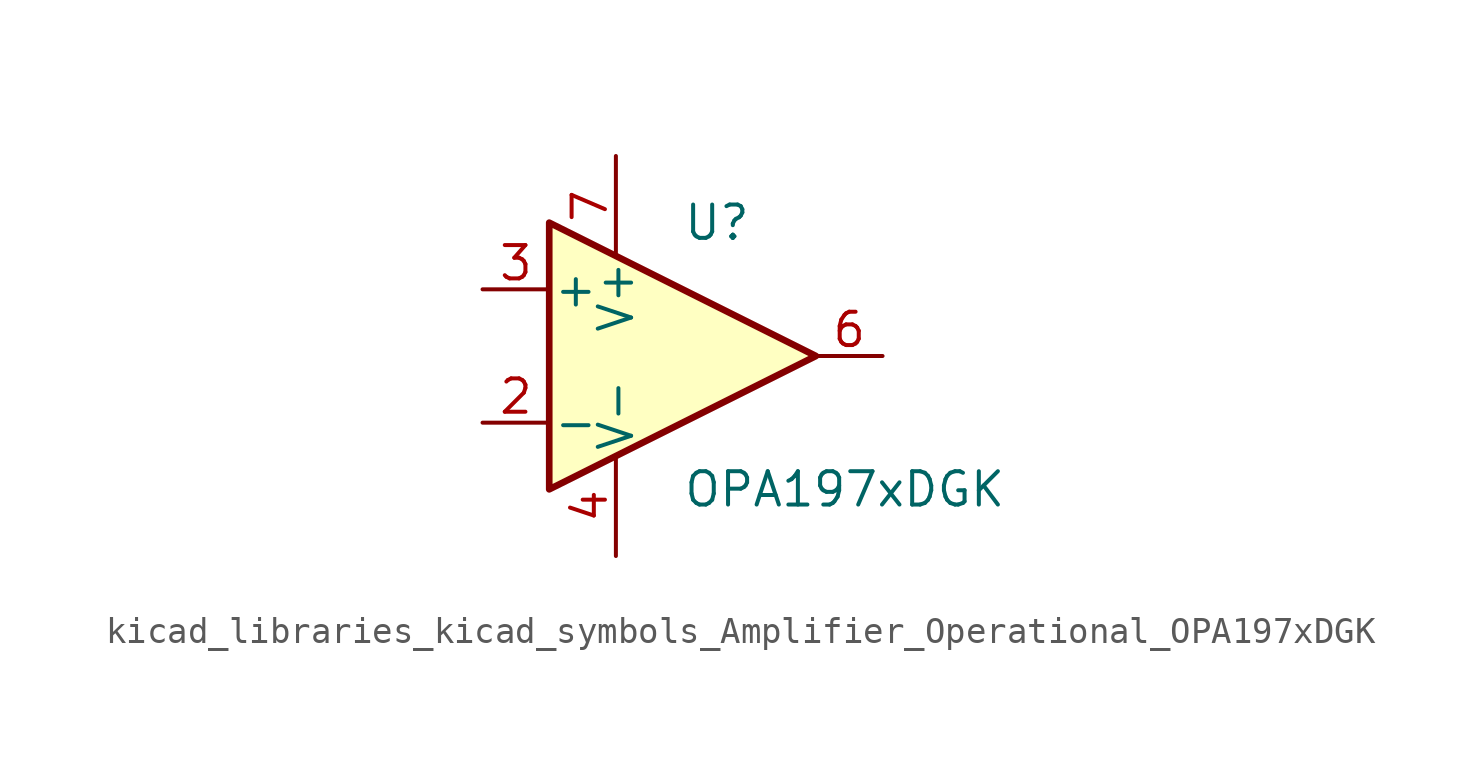
<source format=kicad_sym>
(kicad_symbol_lib
  (version 20220914)
  (generator kicad_symbol_editor)
  (symbol "kicad_libraries_kicad_symbols_Amplifier_Operational_OPA197xDGK"
    (pin_names
      (offset 0.127))
    (property "Reference" "U"
      (at 0 5.08 0)
      (effects (font (size 1.27 1.27)) (justify left)))
    (property "Value" "OPA197xDGK"
      (at 0 -5.08 0)
      (effects (font (size 1.27 1.27)) (justify left)))
    (symbol "kicad_libraries_kicad_symbols_Amplifier_Operational_OPA197xDGK_0_1"
      (polyline (pts (xy -5.08 5.08) (xy 5.08 0) (xy -5.08 -5.08) (xy -5.08 5.08)) (stroke (width 0.254) (type default)) (fill (type background)))
      (pin no_connect line (at 2.54 0 270) (length 2.54) hide (name "NC" (effects (font (size 1.27 1.27)))) (number "1" (effects (font (size 1.27 1.27)))))
      (pin power_in line (at -2.54 -7.62 90) (length 3.81) (name "V-" (effects (font (size 1.27 1.27)))) (number "4" (effects (font (size 1.27 1.27)))))
      (pin no_connect line (at 0 2.54 270) (length 2.54) hide (name "NC" (effects (font (size 1.27 1.27)))) (number "5" (effects (font (size 1.27 1.27)))))
      (pin power_in line (at -2.54 7.62 270) (length 3.81) (name "V+" (effects (font (size 1.27 1.27)))) (number "7" (effects (font (size 1.27 1.27)))))
      (pin no_connect line (at 0 -2.54 90) (length 2.54) hide (name "NC" (effects (font (size 1.27 1.27)))) (number "8" (effects (font (size 1.27 1.27))))))
    (symbol "kicad_libraries_kicad_symbols_Amplifier_Operational_OPA197xDGK_1_1"
      (pin input line (at -7.62 -2.54 0) (length 2.54) (name "-" (effects (font (size 1.27 1.27)))) (number "2" (effects (font (size 1.27 1.27)))))
      (pin input line (at -7.62 2.54 0) (length 2.54) (name "+" (effects (font (size 1.27 1.27)))) (number "3" (effects (font (size 1.27 1.27)))))
      (pin output line (at 7.62 0 180) (length 2.54) (name "~" (effects (font (size 1.27 1.27)))) (number "6" (effects (font (size 1.27 1.27))))))))
</source>
